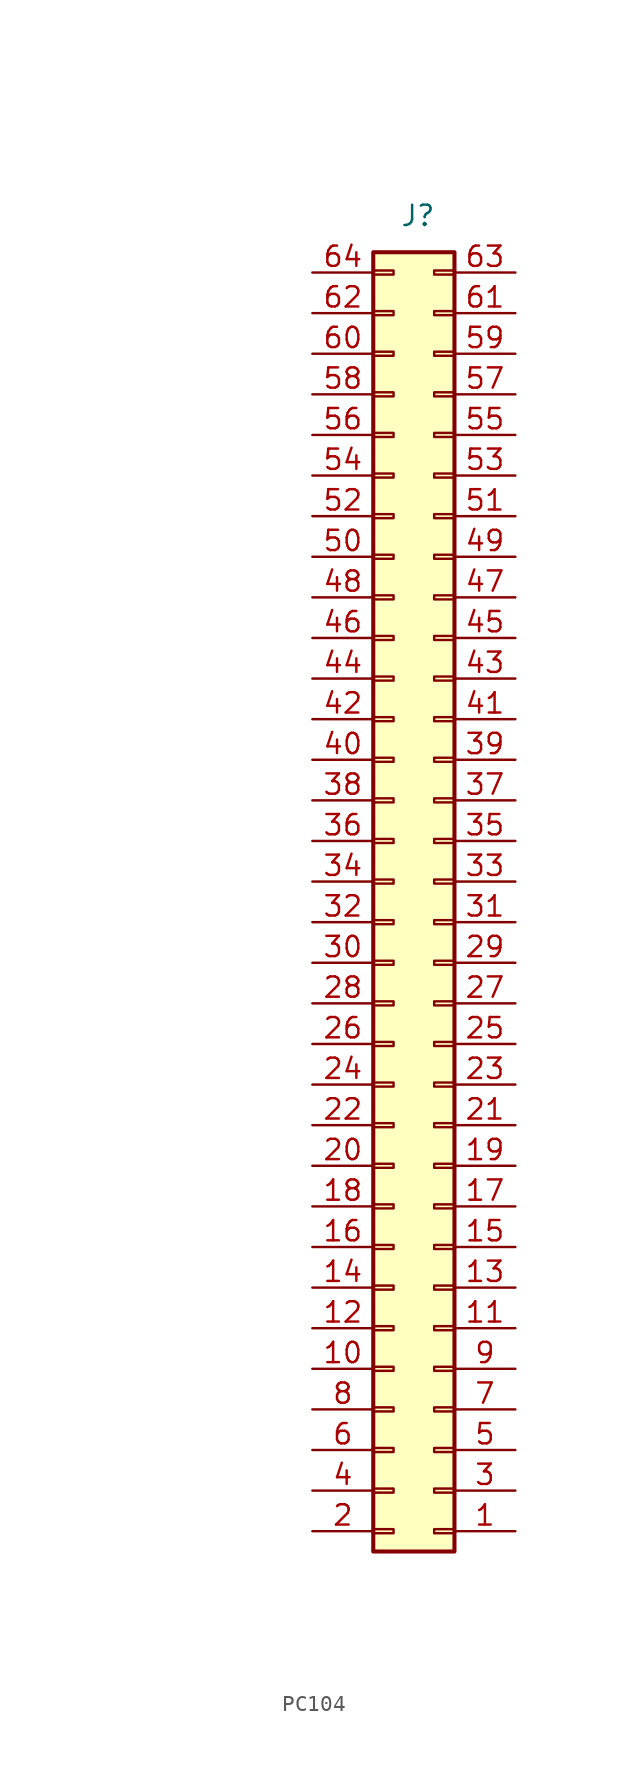
<source format=kicad_sym>
(kicad_symbol_lib
  (version 20231120)
  (generator "kicad_symbol_editor")
  (generator_version "8.0")
  (symbol "PC104"
    (property "Reference" "J"
      (at 0.254 44.196 0)
      (effects (font (size 1.27 1.27))))
    (property "Value" ""
      (at -19.05 -1.27 0)
      (effects (font (size 1.27 1.27))))
    (symbol "PC104_1_1"
      (rectangle (start -2.54 -37.973) (end -1.27 -38.227) (stroke (width 0.152) (type default)) (fill (type none)))
      (rectangle (start -2.54 -35.433) (end -1.27 -35.687) (stroke (width 0.152) (type default)) (fill (type none)))
      (rectangle (start -2.54 -32.893) (end -1.27 -33.147) (stroke (width 0.152) (type default)) (fill (type none)))
      (rectangle (start -2.54 -30.353) (end -1.27 -30.607) (stroke (width 0.152) (type default)) (fill (type none)))
      (rectangle (start -2.54 -27.813) (end -1.27 -28.067) (stroke (width 0.152) (type default)) (fill (type none)))
      (rectangle (start -2.54 -25.273) (end -1.27 -25.527) (stroke (width 0.152) (type default)) (fill (type none)))
      (rectangle (start -2.54 -22.733) (end -1.27 -22.987) (stroke (width 0.152) (type default)) (fill (type none)))
      (rectangle (start -2.54 -20.193) (end -1.27 -20.447) (stroke (width 0.152) (type default)) (fill (type none)))
      (rectangle (start -2.54 -17.653) (end -1.27 -17.907) (stroke (width 0.152) (type default)) (fill (type none)))
      (rectangle (start -2.54 -15.113) (end -1.27 -15.367) (stroke (width 0.152) (type default)) (fill (type none)))
      (rectangle (start -2.54 -12.573) (end -1.27 -12.827) (stroke (width 0.152) (type default)) (fill (type none)))
      (rectangle (start -2.54 -10.033) (end -1.27 -10.287) (stroke (width 0.152) (type default)) (fill (type none)))
      (rectangle (start -2.54 -7.493) (end -1.27 -7.747) (stroke (width 0.152) (type default)) (fill (type none)))
      (rectangle (start -2.54 -4.953) (end -1.27 -5.207) (stroke (width 0.152) (type default)) (fill (type none)))
      (rectangle (start -2.54 -2.413) (end -1.27 -2.667) (stroke (width 0.152) (type default)) (fill (type none)))
      (rectangle (start -2.54 0.127) (end -1.27 -0.127) (stroke (width 0.152) (type default)) (fill (type none)))
      (rectangle (start -2.54 2.667) (end -1.27 2.413) (stroke (width 0.152) (type default)) (fill (type none)))
      (rectangle (start -2.54 5.207) (end -1.27 4.953) (stroke (width 0.152) (type default)) (fill (type none)))
      (rectangle (start -2.54 7.747) (end -1.27 7.493) (stroke (width 0.152) (type default)) (fill (type none)))
      (rectangle (start -2.54 10.287) (end -1.27 10.033) (stroke (width 0.152) (type default)) (fill (type none)))
      (rectangle (start -2.54 12.827) (end -1.27 12.573) (stroke (width 0.152) (type default)) (fill (type none)))
      (rectangle (start -2.54 15.367) (end -1.27 15.113) (stroke (width 0.152) (type default)) (fill (type none)))
      (rectangle (start -2.54 17.907) (end -1.27 17.653) (stroke (width 0.152) (type default)) (fill (type none)))
      (rectangle (start -2.54 20.447) (end -1.27 20.193) (stroke (width 0.152) (type default)) (fill (type none)))
      (rectangle (start -2.54 22.987) (end -1.27 22.733) (stroke (width 0.152) (type default)) (fill (type none)))
      (rectangle (start -2.54 25.527) (end -1.27 25.273) (stroke (width 0.152) (type default)) (fill (type none)))
      (rectangle (start -2.54 28.067) (end -1.27 27.813) (stroke (width 0.152) (type default)) (fill (type none)))
      (rectangle (start -2.54 30.607) (end -1.27 30.353) (stroke (width 0.152) (type default)) (fill (type none)))
      (rectangle (start -2.54 33.147) (end -1.27 32.893) (stroke (width 0.152) (type default)) (fill (type none)))
      (rectangle (start -2.54 35.687) (end -1.27 35.433) (stroke (width 0.152) (type default)) (fill (type none)))
      (rectangle (start -2.54 38.227) (end -1.27 37.973) (stroke (width 0.152) (type default)) (fill (type none)))
      (rectangle (start -2.54 40.767) (end -1.27 40.513) (stroke (width 0.152) (type default)) (fill (type none)))
      (rectangle (start 2.54 -37.973) (end 1.27 -38.227) (stroke (width 0.152) (type default)) (fill (type none)))
      (rectangle (start 2.54 -35.433) (end 1.27 -35.687) (stroke (width 0.152) (type default)) (fill (type none)))
      (rectangle (start 2.54 -32.893) (end 1.27 -33.147) (stroke (width 0.152) (type default)) (fill (type none)))
      (rectangle (start 2.54 -30.353) (end 1.27 -30.607) (stroke (width 0.152) (type default)) (fill (type none)))
      (rectangle (start 2.54 -27.813) (end 1.27 -28.067) (stroke (width 0.152) (type default)) (fill (type none)))
      (rectangle (start 2.54 -25.273) (end 1.27 -25.527) (stroke (width 0.152) (type default)) (fill (type none)))
      (rectangle (start 2.54 -22.733) (end 1.27 -22.987) (stroke (width 0.152) (type default)) (fill (type none)))
      (rectangle (start 2.54 -20.193) (end 1.27 -20.447) (stroke (width 0.152) (type default)) (fill (type none)))
      (rectangle (start 2.54 -17.653) (end 1.27 -17.907) (stroke (width 0.152) (type default)) (fill (type none)))
      (rectangle (start 2.54 -15.113) (end 1.27 -15.367) (stroke (width 0.152) (type default)) (fill (type none)))
      (rectangle (start 2.54 -12.573) (end 1.27 -12.827) (stroke (width 0.152) (type default)) (fill (type none)))
      (rectangle (start 2.54 -10.033) (end 1.27 -10.287) (stroke (width 0.152) (type default)) (fill (type none)))
      (rectangle (start 2.54 -7.493) (end 1.27 -7.747) (stroke (width 0.152) (type default)) (fill (type none)))
      (rectangle (start 2.54 -4.953) (end 1.27 -5.207) (stroke (width 0.152) (type default)) (fill (type none)))
      (rectangle (start 2.54 -2.413) (end 1.27 -2.667) (stroke (width 0.152) (type default)) (fill (type none)))
      (rectangle (start 2.54 0.127) (end 1.27 -0.127) (stroke (width 0.152) (type default)) (fill (type none)))
      (rectangle (start 2.54 2.667) (end 1.27 2.413) (stroke (width 0.152) (type default)) (fill (type none)))
      (rectangle (start 2.54 5.207) (end 1.27 4.953) (stroke (width 0.152) (type default)) (fill (type none)))
      (rectangle (start 2.54 7.747) (end 1.27 7.493) (stroke (width 0.152) (type default)) (fill (type none)))
      (rectangle (start 2.54 10.287) (end 1.27 10.033) (stroke (width 0.152) (type default)) (fill (type none)))
      (rectangle (start 2.54 12.827) (end 1.27 12.573) (stroke (width 0.152) (type default)) (fill (type none)))
      (rectangle (start 2.54 15.367) (end 1.27 15.113) (stroke (width 0.152) (type default)) (fill (type none)))
      (rectangle (start 2.54 17.907) (end 1.27 17.653) (stroke (width 0.152) (type default)) (fill (type none)))
      (rectangle (start 2.54 20.447) (end 1.27 20.193) (stroke (width 0.152) (type default)) (fill (type none)))
      (rectangle (start 2.54 22.987) (end 1.27 22.733) (stroke (width 0.152) (type default)) (fill (type none)))
      (rectangle (start 2.54 25.527) (end 1.27 25.273) (stroke (width 0.152) (type default)) (fill (type none)))
      (rectangle (start 2.54 28.067) (end 1.27 27.813) (stroke (width 0.152) (type default)) (fill (type none)))
      (rectangle (start 2.54 30.607) (end 1.27 30.353) (stroke (width 0.152) (type default)) (fill (type none)))
      (rectangle (start 2.54 33.147) (end 1.27 32.893) (stroke (width 0.152) (type default)) (fill (type none)))
      (rectangle (start 2.54 35.687) (end 1.27 35.433) (stroke (width 0.152) (type default)) (fill (type none)))
      (rectangle (start 2.54 38.227) (end 1.27 37.973) (stroke (width 0.152) (type default)) (fill (type none)))
      (rectangle (start 2.54 40.767) (end 1.27 40.513) (stroke (width 0.152) (type default)) (fill (type none)))
      (rectangle (start 2.54 41.91) (end -2.54 -39.37) (stroke (width 0.254) (type default)) (fill (type background)))
      (pin passive line (at 6.35 -38.1 180) (length 3.81) (name "" (effects (font (size 1.27 1.27)))) (number "1" (effects (font (size 1.27 1.27)))))
      (pin passive line (at -6.35 -27.94 0) (length 3.81) (name "" (effects (font (size 1.27 1.27)))) (number "10" (effects (font (size 1.27 1.27)))))
      (pin passive line (at 6.35 -25.4 180) (length 3.81) (name "" (effects (font (size 1.27 1.27)))) (number "11" (effects (font (size 1.27 1.27)))))
      (pin passive line (at -6.35 -25.4 0) (length 3.81) (name "" (effects (font (size 1.27 1.27)))) (number "12" (effects (font (size 1.27 1.27)))))
      (pin passive line (at 6.35 -22.86 180) (length 3.81) (name "" (effects (font (size 1.27 1.27)))) (number "13" (effects (font (size 1.27 1.27)))))
      (pin passive line (at -6.35 -22.86 0) (length 3.81) (name "" (effects (font (size 1.27 1.27)))) (number "14" (effects (font (size 1.27 1.27)))))
      (pin passive line (at 6.35 -20.32 180) (length 3.81) (name "" (effects (font (size 1.27 1.27)))) (number "15" (effects (font (size 1.27 1.27)))))
      (pin passive line (at -6.35 -20.32 0) (length 3.81) (name "" (effects (font (size 1.27 1.27)))) (number "16" (effects (font (size 1.27 1.27)))))
      (pin passive line (at 6.35 -17.78 180) (length 3.81) (name "" (effects (font (size 1.27 1.27)))) (number "17" (effects (font (size 1.27 1.27)))))
      (pin passive line (at -6.35 -17.78 0) (length 3.81) (name "" (effects (font (size 1.27 1.27)))) (number "18" (effects (font (size 1.27 1.27)))))
      (pin passive line (at 6.35 -15.24 180) (length 3.81) (name "" (effects (font (size 1.27 1.27)))) (number "19" (effects (font (size 1.27 1.27)))))
      (pin passive line (at -6.35 -38.1 0) (length 3.81) (name "" (effects (font (size 1.27 1.27)))) (number "2" (effects (font (size 1.27 1.27)))))
      (pin passive line (at -6.35 -15.24 0) (length 3.81) (name "" (effects (font (size 1.27 1.27)))) (number "20" (effects (font (size 1.27 1.27)))))
      (pin passive line (at 6.35 -12.7 180) (length 3.81) (name "" (effects (font (size 1.27 1.27)))) (number "21" (effects (font (size 1.27 1.27)))))
      (pin passive line (at -6.35 -12.7 0) (length 3.81) (name "" (effects (font (size 1.27 1.27)))) (number "22" (effects (font (size 1.27 1.27)))))
      (pin passive line (at 6.35 -10.16 180) (length 3.81) (name "" (effects (font (size 1.27 1.27)))) (number "23" (effects (font (size 1.27 1.27)))))
      (pin passive line (at -6.35 -10.16 0) (length 3.81) (name "" (effects (font (size 1.27 1.27)))) (number "24" (effects (font (size 1.27 1.27)))))
      (pin passive line (at 6.35 -7.62 180) (length 3.81) (name "" (effects (font (size 1.27 1.27)))) (number "25" (effects (font (size 1.27 1.27)))))
      (pin passive line (at -6.35 -7.62 0) (length 3.81) (name "" (effects (font (size 1.27 1.27)))) (number "26" (effects (font (size 1.27 1.27)))))
      (pin passive line (at 6.35 -5.08 180) (length 3.81) (name "" (effects (font (size 1.27 1.27)))) (number "27" (effects (font (size 1.27 1.27)))))
      (pin passive line (at -6.35 -5.08 0) (length 3.81) (name "" (effects (font (size 1.27 1.27)))) (number "28" (effects (font (size 1.27 1.27)))))
      (pin passive line (at 6.35 -2.54 180) (length 3.81) (name "" (effects (font (size 1.27 1.27)))) (number "29" (effects (font (size 1.27 1.27)))))
      (pin passive line (at 6.35 -35.56 180) (length 3.81) (name "" (effects (font (size 1.27 1.27)))) (number "3" (effects (font (size 1.27 1.27)))))
      (pin passive line (at -6.35 -2.54 0) (length 3.81) (name "" (effects (font (size 1.27 1.27)))) (number "30" (effects (font (size 1.27 1.27)))))
      (pin passive line (at 6.35 0 180) (length 3.81) (name "" (effects (font (size 1.27 1.27)))) (number "31" (effects (font (size 1.27 1.27)))))
      (pin passive line (at -6.35 0 0) (length 3.81) (name "" (effects (font (size 1.27 1.27)))) (number "32" (effects (font (size 1.27 1.27)))))
      (pin passive line (at 6.35 2.54 180) (length 3.81) (name "" (effects (font (size 1.27 1.27)))) (number "33" (effects (font (size 1.27 1.27)))))
      (pin passive line (at -6.35 2.54 0) (length 3.81) (name "" (effects (font (size 1.27 1.27)))) (number "34" (effects (font (size 1.27 1.27)))))
      (pin passive line (at 6.35 5.08 180) (length 3.81) (name "" (effects (font (size 1.27 1.27)))) (number "35" (effects (font (size 1.27 1.27)))))
      (pin passive line (at -6.35 5.08 0) (length 3.81) (name "" (effects (font (size 1.27 1.27)))) (number "36" (effects (font (size 1.27 1.27)))))
      (pin passive line (at 6.35 7.62 180) (length 3.81) (name "" (effects (font (size 1.27 1.27)))) (number "37" (effects (font (size 1.27 1.27)))))
      (pin passive line (at -6.35 7.62 0) (length 3.81) (name "" (effects (font (size 1.27 1.27)))) (number "38" (effects (font (size 1.27 1.27)))))
      (pin passive line (at 6.35 10.16 180) (length 3.81) (name "" (effects (font (size 1.27 1.27)))) (number "39" (effects (font (size 1.27 1.27)))))
      (pin passive line (at -6.35 -35.56 0) (length 3.81) (name "" (effects (font (size 1.27 1.27)))) (number "4" (effects (font (size 1.27 1.27)))))
      (pin passive line (at -6.35 10.16 0) (length 3.81) (name "" (effects (font (size 1.27 1.27)))) (number "40" (effects (font (size 1.27 1.27)))))
      (pin passive line (at 6.35 12.7 180) (length 3.81) (name "" (effects (font (size 1.27 1.27)))) (number "41" (effects (font (size 1.27 1.27)))))
      (pin passive line (at -6.35 12.7 0) (length 3.81) (name "" (effects (font (size 1.27 1.27)))) (number "42" (effects (font (size 1.27 1.27)))))
      (pin passive line (at 6.35 15.24 180) (length 3.81) (name "" (effects (font (size 1.27 1.27)))) (number "43" (effects (font (size 1.27 1.27)))))
      (pin passive line (at -6.35 15.24 0) (length 3.81) (name "" (effects (font (size 1.27 1.27)))) (number "44" (effects (font (size 1.27 1.27)))))
      (pin passive line (at 6.35 17.78 180) (length 3.81) (name "" (effects (font (size 1.27 1.27)))) (number "45" (effects (font (size 1.27 1.27)))))
      (pin passive line (at -6.35 17.78 0) (length 3.81) (name "" (effects (font (size 1.27 1.27)))) (number "46" (effects (font (size 1.27 1.27)))))
      (pin passive line (at 6.35 20.32 180) (length 3.81) (name "" (effects (font (size 1.27 1.27)))) (number "47" (effects (font (size 1.27 1.27)))))
      (pin passive line (at -6.35 20.32 0) (length 3.81) (name "" (effects (font (size 1.27 1.27)))) (number "48" (effects (font (size 1.27 1.27)))))
      (pin passive line (at 6.35 22.86 180) (length 3.81) (name "" (effects (font (size 1.27 1.27)))) (number "49" (effects (font (size 1.27 1.27)))))
      (pin passive line (at 6.35 -33.02 180) (length 3.81) (name "" (effects (font (size 1.27 1.27)))) (number "5" (effects (font (size 1.27 1.27)))))
      (pin passive line (at -6.35 22.86 0) (length 3.81) (name "" (effects (font (size 1.27 1.27)))) (number "50" (effects (font (size 1.27 1.27)))))
      (pin passive line (at 6.35 25.4 180) (length 3.81) (name "" (effects (font (size 1.27 1.27)))) (number "51" (effects (font (size 1.27 1.27)))))
      (pin passive line (at -6.35 25.4 0) (length 3.81) (name "" (effects (font (size 1.27 1.27)))) (number "52" (effects (font (size 1.27 1.27)))))
      (pin passive line (at 6.35 27.94 180) (length 3.81) (name "" (effects (font (size 1.27 1.27)))) (number "53" (effects (font (size 1.27 1.27)))))
      (pin passive line (at -6.35 27.94 0) (length 3.81) (name "" (effects (font (size 1.27 1.27)))) (number "54" (effects (font (size 1.27 1.27)))))
      (pin passive line (at 6.35 30.48 180) (length 3.81) (name "" (effects (font (size 1.27 1.27)))) (number "55" (effects (font (size 1.27 1.27)))))
      (pin passive line (at -6.35 30.48 0) (length 3.81) (name "" (effects (font (size 1.27 1.27)))) (number "56" (effects (font (size 1.27 1.27)))))
      (pin passive line (at 6.35 33.02 180) (length 3.81) (name "" (effects (font (size 1.27 1.27)))) (number "57" (effects (font (size 1.27 1.27)))))
      (pin passive line (at -6.35 33.02 0) (length 3.81) (name "" (effects (font (size 1.27 1.27)))) (number "58" (effects (font (size 1.27 1.27)))))
      (pin passive line (at 6.35 35.56 180) (length 3.81) (name "" (effects (font (size 1.27 1.27)))) (number "59" (effects (font (size 1.27 1.27)))))
      (pin passive line (at -6.35 -33.02 0) (length 3.81) (name "" (effects (font (size 1.27 1.27)))) (number "6" (effects (font (size 1.27 1.27)))))
      (pin passive line (at -6.35 35.56 0) (length 3.81) (name "" (effects (font (size 1.27 1.27)))) (number "60" (effects (font (size 1.27 1.27)))))
      (pin passive line (at 6.35 38.1 180) (length 3.81) (name "" (effects (font (size 1.27 1.27)))) (number "61" (effects (font (size 1.27 1.27)))))
      (pin passive line (at -6.35 38.1 0) (length 3.81) (name "" (effects (font (size 1.27 1.27)))) (number "62" (effects (font (size 1.27 1.27)))))
      (pin passive line (at 6.35 40.64 180) (length 3.81) (name "" (effects (font (size 1.27 1.27)))) (number "63" (effects (font (size 1.27 1.27)))))
      (pin passive line (at -6.35 40.64 0) (length 3.81) (name "" (effects (font (size 1.27 1.27)))) (number "64" (effects (font (size 1.27 1.27)))))
      (pin passive line (at 6.35 -30.48 180) (length 3.81) (name "" (effects (font (size 1.27 1.27)))) (number "7" (effects (font (size 1.27 1.27)))))
      (pin passive line (at -6.35 -30.48 0) (length 3.81) (name "" (effects (font (size 1.27 1.27)))) (number "8" (effects (font (size 1.27 1.27)))))
      (pin passive line (at 6.35 -27.94 180) (length 3.81) (name "" (effects (font (size 1.27 1.27)))) (number "9" (effects (font (size 1.27 1.27))))))))
</source>
